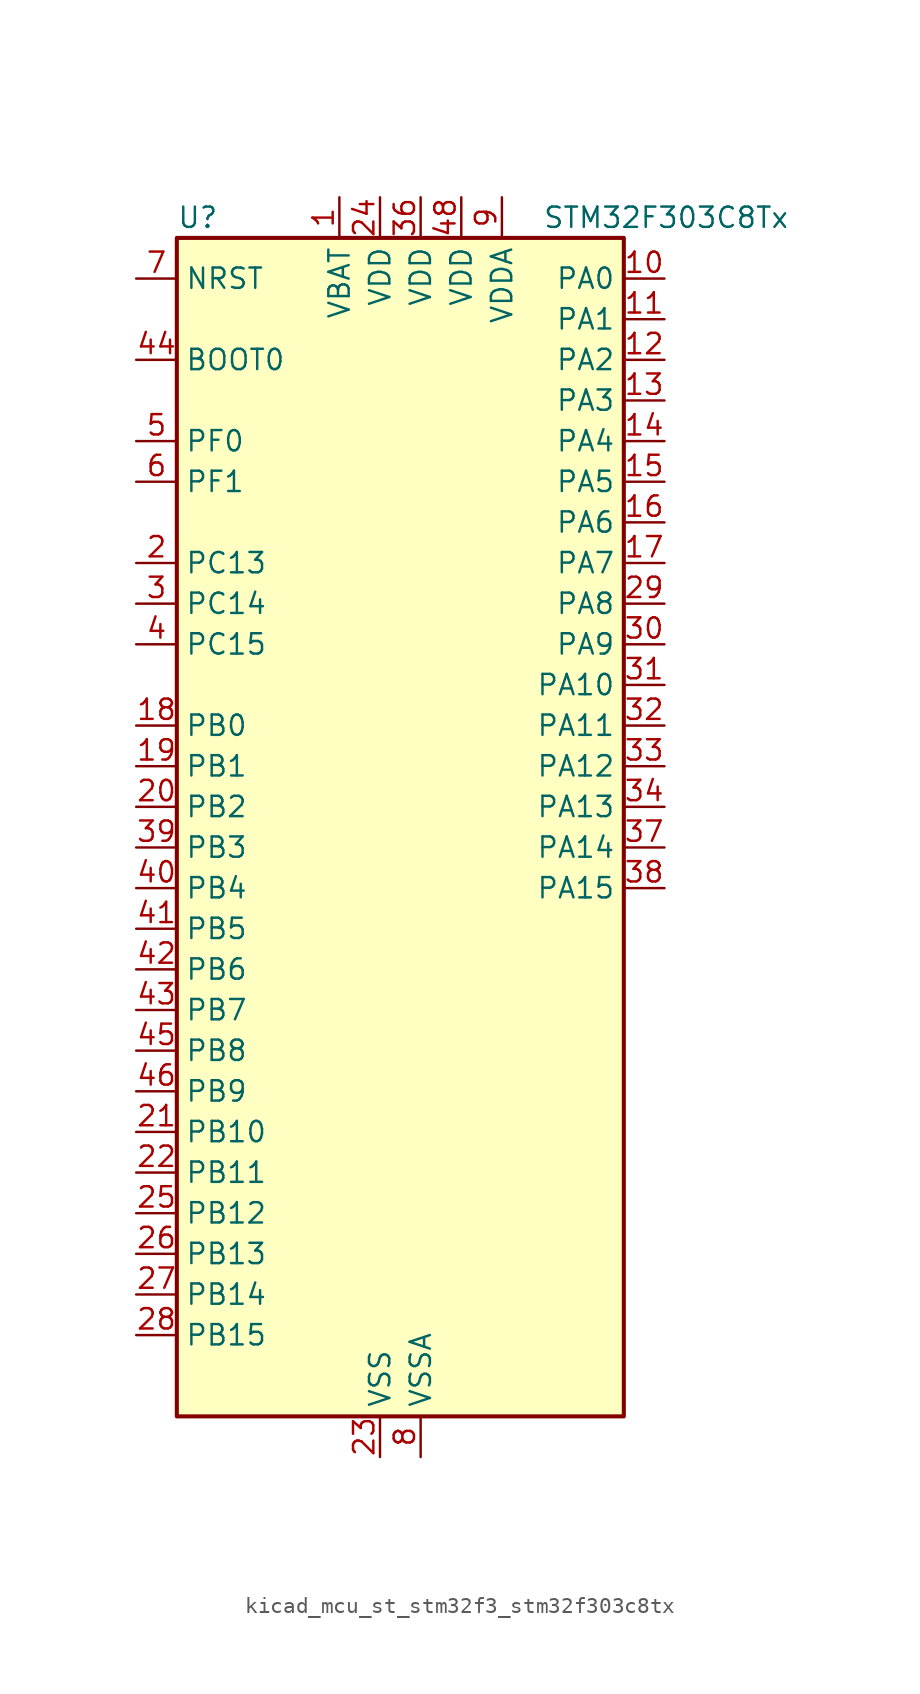
<source format=kicad_sym>
(kicad_symbol_lib
  (version 20220914)
  (generator kicad_symbol_editor)
  (symbol "kicad_mcu_st_stm32f3_stm32f303c8tx"
    (property "Reference" "U"
      (at -12.7 39.37 0)
      (effects (font (size 1.27 1.27)) (justify left)))
    (property "Value" "STM32F303C8Tx"
      (at 10.16 39.37 0)
      (effects (font (size 1.27 1.27)) (justify left)))
    (property "ki_locked" ""
      (at 0 0 0)
      (effects (font (size 1.27 1.27))))
    (symbol "kicad_mcu_st_stm32f3_stm32f303c8tx_0_1"
      (rectangle (start -12.7 -35.56) (end 15.24 38.1) (stroke (width 0.254) (type default)) (fill (type background))))
    (symbol "kicad_mcu_st_stm32f3_stm32f303c8tx_1_1"
      (pin power_in line (at -2.54 40.64 270) (length 2.54) (name "VBAT" (effects (font (size 1.27 1.27)))) (number "1" (effects (font (size 1.27 1.27)))))
      (pin bidirectional line (at 17.78 35.56 180) (length 2.54) (name "PA0" (effects (font (size 1.27 1.27)))) (number "10" (effects (font (size 1.27 1.27)))) (alternate "ADC1_IN1" bidirectional line) (alternate "RTC_TAMP2" bidirectional line) (alternate "SYS_WKUP1" bidirectional line) (alternate "TIM2_CH1" bidirectional line) (alternate "TIM2_ETR" bidirectional line) (alternate "TSC_G1_IO1" bidirectional line) (alternate "USART2_CTS" bidirectional line))
      (pin bidirectional line (at 17.78 33.02 180) (length 2.54) (name "PA1" (effects (font (size 1.27 1.27)))) (number "11" (effects (font (size 1.27 1.27)))) (alternate "ADC1_IN2" bidirectional line) (alternate "RTC_REFIN" bidirectional line) (alternate "TIM15_CH1N" bidirectional line) (alternate "TIM2_CH2" bidirectional line) (alternate "TSC_G1_IO2" bidirectional line) (alternate "USART2_DE" bidirectional line) (alternate "USART2_RTS" bidirectional line))
      (pin bidirectional line (at 17.78 30.48 180) (length 2.54) (name "PA2" (effects (font (size 1.27 1.27)))) (number "12" (effects (font (size 1.27 1.27)))) (alternate "ADC1_IN3" bidirectional line) (alternate "COMP2_INM" bidirectional line) (alternate "COMP2_OUT" bidirectional line) (alternate "TIM15_CH1" bidirectional line) (alternate "TIM2_CH3" bidirectional line) (alternate "TSC_G1_IO3" bidirectional line) (alternate "USART2_TX" bidirectional line))
      (pin bidirectional line (at 17.78 27.94 180) (length 2.54) (name "PA3" (effects (font (size 1.27 1.27)))) (number "13" (effects (font (size 1.27 1.27)))) (alternate "ADC1_IN4" bidirectional line) (alternate "TIM15_CH2" bidirectional line) (alternate "TIM2_CH4" bidirectional line) (alternate "TSC_G1_IO4" bidirectional line) (alternate "USART2_RX" bidirectional line))
      (pin bidirectional line (at 17.78 25.4 180) (length 2.54) (name "PA4" (effects (font (size 1.27 1.27)))) (number "14" (effects (font (size 1.27 1.27)))) (alternate "ADC2_IN1" bidirectional line) (alternate "COMP2_INM" bidirectional line) (alternate "COMP4_INM" bidirectional line) (alternate "COMP6_INM" bidirectional line) (alternate "DAC1_OUT1" bidirectional line) (alternate "SPI1_NSS" bidirectional line) (alternate "TIM3_CH2" bidirectional line) (alternate "TSC_G2_IO1" bidirectional line) (alternate "USART2_CK" bidirectional line))
      (pin bidirectional line (at 17.78 22.86 180) (length 2.54) (name "PA5" (effects (font (size 1.27 1.27)))) (number "15" (effects (font (size 1.27 1.27)))) (alternate "ADC2_IN2" bidirectional line) (alternate "DAC1_OUT2" bidirectional line) (alternate "OPAMP2_VINM" bidirectional line) (alternate "OPAMP2_VINM_SEC" bidirectional line) (alternate "SPI1_SCK" bidirectional line) (alternate "TIM2_CH1" bidirectional line) (alternate "TIM2_ETR" bidirectional line) (alternate "TSC_G2_IO2" bidirectional line))
      (pin bidirectional line (at 17.78 20.32 180) (length 2.54) (name "PA6" (effects (font (size 1.27 1.27)))) (number "16" (effects (font (size 1.27 1.27)))) (alternate "ADC2_IN3" bidirectional line) (alternate "DAC2_OUT1" bidirectional line) (alternate "OPAMP2_VOUT" bidirectional line) (alternate "SPI1_MISO" bidirectional line) (alternate "TIM16_CH1" bidirectional line) (alternate "TIM1_BKIN" bidirectional line) (alternate "TIM3_CH1" bidirectional line) (alternate "TSC_G2_IO3" bidirectional line))
      (pin bidirectional line (at 17.78 17.78 180) (length 2.54) (name "PA7" (effects (font (size 1.27 1.27)))) (number "17" (effects (font (size 1.27 1.27)))) (alternate "ADC2_IN4" bidirectional line) (alternate "COMP2_INP" bidirectional line) (alternate "OPAMP2_VINP" bidirectional line) (alternate "OPAMP2_VINP_SEC" bidirectional line) (alternate "SPI1_MOSI" bidirectional line) (alternate "TIM17_CH1" bidirectional line) (alternate "TIM1_CH1N" bidirectional line) (alternate "TIM3_CH2" bidirectional line) (alternate "TSC_G2_IO4" bidirectional line))
      (pin bidirectional line (at -15.24 7.62 0) (length 2.54) (name "PB0" (effects (font (size 1.27 1.27)))) (number "18" (effects (font (size 1.27 1.27)))) (alternate "ADC1_IN11" bidirectional line) (alternate "COMP4_INP" bidirectional line) (alternate "OPAMP2_VINP" bidirectional line) (alternate "OPAMP2_VINP_SEC" bidirectional line) (alternate "TIM1_CH2N" bidirectional line) (alternate "TIM3_CH3" bidirectional line) (alternate "TSC_G3_IO2" bidirectional line))
      (pin bidirectional line (at -15.24 5.08 0) (length 2.54) (name "PB1" (effects (font (size 1.27 1.27)))) (number "19" (effects (font (size 1.27 1.27)))) (alternate "ADC1_IN12" bidirectional line) (alternate "COMP4_OUT" bidirectional line) (alternate "TIM1_CH3N" bidirectional line) (alternate "TIM3_CH4" bidirectional line) (alternate "TSC_G3_IO3" bidirectional line))
      (pin bidirectional line (at -15.24 17.78 0) (length 2.54) (name "PC13" (effects (font (size 1.27 1.27)))) (number "2" (effects (font (size 1.27 1.27)))) (alternate "RTC_OUT_ALARM" bidirectional line) (alternate "RTC_OUT_CALIB" bidirectional line) (alternate "RTC_TAMP1" bidirectional line) (alternate "RTC_TS" bidirectional line) (alternate "SYS_WKUP2" bidirectional line) (alternate "TIM1_CH1N" bidirectional line))
      (pin bidirectional line (at -15.24 2.54 0) (length 2.54) (name "PB2" (effects (font (size 1.27 1.27)))) (number "20" (effects (font (size 1.27 1.27)))) (alternate "ADC2_IN12" bidirectional line) (alternate "COMP4_INM" bidirectional line) (alternate "TSC_G3_IO4" bidirectional line))
      (pin bidirectional line (at -15.24 -17.78 0) (length 2.54) (name "PB10" (effects (font (size 1.27 1.27)))) (number "21" (effects (font (size 1.27 1.27)))) (alternate "TIM2_CH3" bidirectional line) (alternate "TSC_SYNC" bidirectional line) (alternate "USART3_TX" bidirectional line))
      (pin bidirectional line (at -15.24 -20.32 0) (length 2.54) (name "PB11" (effects (font (size 1.27 1.27)))) (number "22" (effects (font (size 1.27 1.27)))) (alternate "COMP6_INP" bidirectional line) (alternate "TIM2_CH4" bidirectional line) (alternate "TSC_G6_IO1" bidirectional line) (alternate "USART3_RX" bidirectional line))
      (pin power_in line (at 0 -38.1 90) (length 2.54) (name "VSS" (effects (font (size 1.27 1.27)))) (number "23" (effects (font (size 1.27 1.27)))))
      (pin power_in line (at 0 40.64 270) (length 2.54) (name "VDD" (effects (font (size 1.27 1.27)))) (number "24" (effects (font (size 1.27 1.27)))))
      (pin bidirectional line (at -15.24 -22.86 0) (length 2.54) (name "PB12" (effects (font (size 1.27 1.27)))) (number "25" (effects (font (size 1.27 1.27)))) (alternate "ADC2_IN13" bidirectional line) (alternate "TIM1_BKIN" bidirectional line) (alternate "TSC_G6_IO2" bidirectional line) (alternate "USART3_CK" bidirectional line))
      (pin bidirectional line (at -15.24 -25.4 0) (length 2.54) (name "PB13" (effects (font (size 1.27 1.27)))) (number "26" (effects (font (size 1.27 1.27)))) (alternate "ADC1_IN13" bidirectional line) (alternate "TIM1_CH1N" bidirectional line) (alternate "TSC_G6_IO3" bidirectional line) (alternate "USART3_CTS" bidirectional line))
      (pin bidirectional line (at -15.24 -27.94 0) (length 2.54) (name "PB14" (effects (font (size 1.27 1.27)))) (number "27" (effects (font (size 1.27 1.27)))) (alternate "ADC2_IN14" bidirectional line) (alternate "OPAMP2_VINP" bidirectional line) (alternate "OPAMP2_VINP_SEC" bidirectional line) (alternate "TIM15_CH1" bidirectional line) (alternate "TIM1_CH2N" bidirectional line) (alternate "TSC_G6_IO4" bidirectional line) (alternate "USART3_DE" bidirectional line) (alternate "USART3_RTS" bidirectional line))
      (pin bidirectional line (at -15.24 -30.48 0) (length 2.54) (name "PB15" (effects (font (size 1.27 1.27)))) (number "28" (effects (font (size 1.27 1.27)))) (alternate "ADC2_IN15" bidirectional line) (alternate "COMP6_INM" bidirectional line) (alternate "RTC_REFIN" bidirectional line) (alternate "TIM15_CH1N" bidirectional line) (alternate "TIM15_CH2" bidirectional line) (alternate "TIM1_CH3N" bidirectional line))
      (pin bidirectional line (at 17.78 15.24 180) (length 2.54) (name "PA8" (effects (font (size 1.27 1.27)))) (number "29" (effects (font (size 1.27 1.27)))) (alternate "RCC_MCO" bidirectional line) (alternate "TIM1_CH1" bidirectional line) (alternate "USART1_CK" bidirectional line))
      (pin bidirectional line (at -15.24 15.24 0) (length 2.54) (name "PC14" (effects (font (size 1.27 1.27)))) (number "3" (effects (font (size 1.27 1.27)))) (alternate "RCC_OSC32_IN" bidirectional line))
      (pin bidirectional line (at 17.78 12.7 180) (length 2.54) (name "PA9" (effects (font (size 1.27 1.27)))) (number "30" (effects (font (size 1.27 1.27)))) (alternate "DAC1_EXTI9" bidirectional line) (alternate "DAC2_EXTI9" bidirectional line) (alternate "TIM15_BKIN" bidirectional line) (alternate "TIM1_CH2" bidirectional line) (alternate "TIM2_CH3" bidirectional line) (alternate "TSC_G4_IO1" bidirectional line) (alternate "USART1_TX" bidirectional line))
      (pin bidirectional line (at 17.78 10.16 180) (length 2.54) (name "PA10" (effects (font (size 1.27 1.27)))) (number "31" (effects (font (size 1.27 1.27)))) (alternate "COMP6_OUT" bidirectional line) (alternate "TIM17_BKIN" bidirectional line) (alternate "TIM1_CH3" bidirectional line) (alternate "TIM2_CH4" bidirectional line) (alternate "TSC_G4_IO2" bidirectional line) (alternate "USART1_RX" bidirectional line))
      (pin bidirectional line (at 17.78 7.62 180) (length 2.54) (name "PA11" (effects (font (size 1.27 1.27)))) (number "32" (effects (font (size 1.27 1.27)))) (alternate "CAN_RX" bidirectional line) (alternate "TIM1_BKIN2" bidirectional line) (alternate "TIM1_CH1N" bidirectional line) (alternate "TIM1_CH4" bidirectional line) (alternate "USART1_CTS" bidirectional line))
      (pin bidirectional line (at 17.78 5.08 180) (length 2.54) (name "PA12" (effects (font (size 1.27 1.27)))) (number "33" (effects (font (size 1.27 1.27)))) (alternate "CAN_TX" bidirectional line) (alternate "COMP2_OUT" bidirectional line) (alternate "TIM16_CH1" bidirectional line) (alternate "TIM1_CH2N" bidirectional line) (alternate "TIM1_ETR" bidirectional line) (alternate "USART1_DE" bidirectional line) (alternate "USART1_RTS" bidirectional line))
      (pin bidirectional line (at 17.78 2.54 180) (length 2.54) (name "PA13" (effects (font (size 1.27 1.27)))) (number "34" (effects (font (size 1.27 1.27)))) (alternate "IR_OUT" bidirectional line) (alternate "SYS_JTMS-SWDIO" bidirectional line) (alternate "TIM16_CH1N" bidirectional line) (alternate "TSC_G4_IO3" bidirectional line) (alternate "USART3_CTS" bidirectional line))
      (pin passive line (at 0 -38.1 90) (length 2.54) hide (name "VSS" (effects (font (size 1.27 1.27)))) (number "35" (effects (font (size 1.27 1.27)))))
      (pin power_in line (at 2.54 40.64 270) (length 2.54) (name "VDD" (effects (font (size 1.27 1.27)))) (number "36" (effects (font (size 1.27 1.27)))))
      (pin bidirectional line (at 17.78 0 180) (length 2.54) (name "PA14" (effects (font (size 1.27 1.27)))) (number "37" (effects (font (size 1.27 1.27)))) (alternate "I2C1_SDA" bidirectional line) (alternate "SYS_JTCK-SWCLK" bidirectional line) (alternate "TIM1_BKIN" bidirectional line) (alternate "TSC_G4_IO4" bidirectional line) (alternate "USART2_TX" bidirectional line))
      (pin bidirectional line (at 17.78 -2.54 180) (length 2.54) (name "PA15" (effects (font (size 1.27 1.27)))) (number "38" (effects (font (size 1.27 1.27)))) (alternate "I2C1_SCL" bidirectional line) (alternate "SPI1_NSS" bidirectional line) (alternate "SYS_JTDI" bidirectional line) (alternate "TIM1_BKIN" bidirectional line) (alternate "TIM2_CH1" bidirectional line) (alternate "TIM2_ETR" bidirectional line) (alternate "TSC_SYNC" bidirectional line) (alternate "USART2_RX" bidirectional line))
      (pin bidirectional line (at -15.24 0 0) (length 2.54) (name "PB3" (effects (font (size 1.27 1.27)))) (number "39" (effects (font (size 1.27 1.27)))) (alternate "SPI1_SCK" bidirectional line) (alternate "SYS_JTDO-TRACESWO" bidirectional line) (alternate "TIM2_CH2" bidirectional line) (alternate "TIM3_ETR" bidirectional line) (alternate "TSC_G5_IO1" bidirectional line) (alternate "USART2_TX" bidirectional line))
      (pin bidirectional line (at -15.24 12.7 0) (length 2.54) (name "PC15" (effects (font (size 1.27 1.27)))) (number "4" (effects (font (size 1.27 1.27)))) (alternate "RCC_OSC32_OUT" bidirectional line))
      (pin bidirectional line (at -15.24 -2.54 0) (length 2.54) (name "PB4" (effects (font (size 1.27 1.27)))) (number "40" (effects (font (size 1.27 1.27)))) (alternate "SPI1_MISO" bidirectional line) (alternate "SYS_NJTRST" bidirectional line) (alternate "TIM16_CH1" bidirectional line) (alternate "TIM17_BKIN" bidirectional line) (alternate "TIM3_CH1" bidirectional line) (alternate "TSC_G5_IO2" bidirectional line) (alternate "USART2_RX" bidirectional line))
      (pin bidirectional line (at -15.24 -5.08 0) (length 2.54) (name "PB5" (effects (font (size 1.27 1.27)))) (number "41" (effects (font (size 1.27 1.27)))) (alternate "I2C1_SMBA" bidirectional line) (alternate "SPI1_MOSI" bidirectional line) (alternate "TIM16_BKIN" bidirectional line) (alternate "TIM17_CH1" bidirectional line) (alternate "TIM3_CH2" bidirectional line) (alternate "USART2_CK" bidirectional line))
      (pin bidirectional line (at -15.24 -7.62 0) (length 2.54) (name "PB6" (effects (font (size 1.27 1.27)))) (number "42" (effects (font (size 1.27 1.27)))) (alternate "I2C1_SCL" bidirectional line) (alternate "TIM16_CH1N" bidirectional line) (alternate "TSC_G5_IO3" bidirectional line) (alternate "USART1_TX" bidirectional line))
      (pin bidirectional line (at -15.24 -10.16 0) (length 2.54) (name "PB7" (effects (font (size 1.27 1.27)))) (number "43" (effects (font (size 1.27 1.27)))) (alternate "I2C1_SDA" bidirectional line) (alternate "TIM17_CH1N" bidirectional line) (alternate "TIM3_CH4" bidirectional line) (alternate "TSC_G5_IO4" bidirectional line) (alternate "USART1_RX" bidirectional line))
      (pin input line (at -15.24 30.48 0) (length 2.54) (name "BOOT0" (effects (font (size 1.27 1.27)))) (number "44" (effects (font (size 1.27 1.27)))))
      (pin bidirectional line (at -15.24 -12.7 0) (length 2.54) (name "PB8" (effects (font (size 1.27 1.27)))) (number "45" (effects (font (size 1.27 1.27)))) (alternate "CAN_RX" bidirectional line) (alternate "I2C1_SCL" bidirectional line) (alternate "TIM16_CH1" bidirectional line) (alternate "TIM1_BKIN" bidirectional line) (alternate "TSC_SYNC" bidirectional line) (alternate "USART3_RX" bidirectional line))
      (pin bidirectional line (at -15.24 -15.24 0) (length 2.54) (name "PB9" (effects (font (size 1.27 1.27)))) (number "46" (effects (font (size 1.27 1.27)))) (alternate "CAN_TX" bidirectional line) (alternate "COMP2_OUT" bidirectional line) (alternate "DAC1_EXTI9" bidirectional line) (alternate "DAC2_EXTI9" bidirectional line) (alternate "I2C1_SDA" bidirectional line) (alternate "IR_OUT" bidirectional line) (alternate "TIM17_CH1" bidirectional line) (alternate "USART3_TX" bidirectional line))
      (pin passive line (at 0 -38.1 90) (length 2.54) hide (name "VSS" (effects (font (size 1.27 1.27)))) (number "47" (effects (font (size 1.27 1.27)))))
      (pin power_in line (at 5.08 40.64 270) (length 2.54) (name "VDD" (effects (font (size 1.27 1.27)))) (number "48" (effects (font (size 1.27 1.27)))))
      (pin bidirectional line (at -15.24 25.4 0) (length 2.54) (name "PF0" (effects (font (size 1.27 1.27)))) (number "5" (effects (font (size 1.27 1.27)))) (alternate "RCC_OSC_IN" bidirectional line) (alternate "TIM1_CH3N" bidirectional line))
      (pin bidirectional line (at -15.24 22.86 0) (length 2.54) (name "PF1" (effects (font (size 1.27 1.27)))) (number "6" (effects (font (size 1.27 1.27)))) (alternate "RCC_OSC_OUT" bidirectional line))
      (pin input line (at -15.24 35.56 0) (length 2.54) (name "NRST" (effects (font (size 1.27 1.27)))) (number "7" (effects (font (size 1.27 1.27)))))
      (pin power_in line (at 2.54 -38.1 90) (length 2.54) (name "VSSA" (effects (font (size 1.27 1.27)))) (number "8" (effects (font (size 1.27 1.27)))))
      (pin power_in line (at 7.62 40.64 270) (length 2.54) (name "VDDA" (effects (font (size 1.27 1.27)))) (number "9" (effects (font (size 1.27 1.27))))))))
</source>
